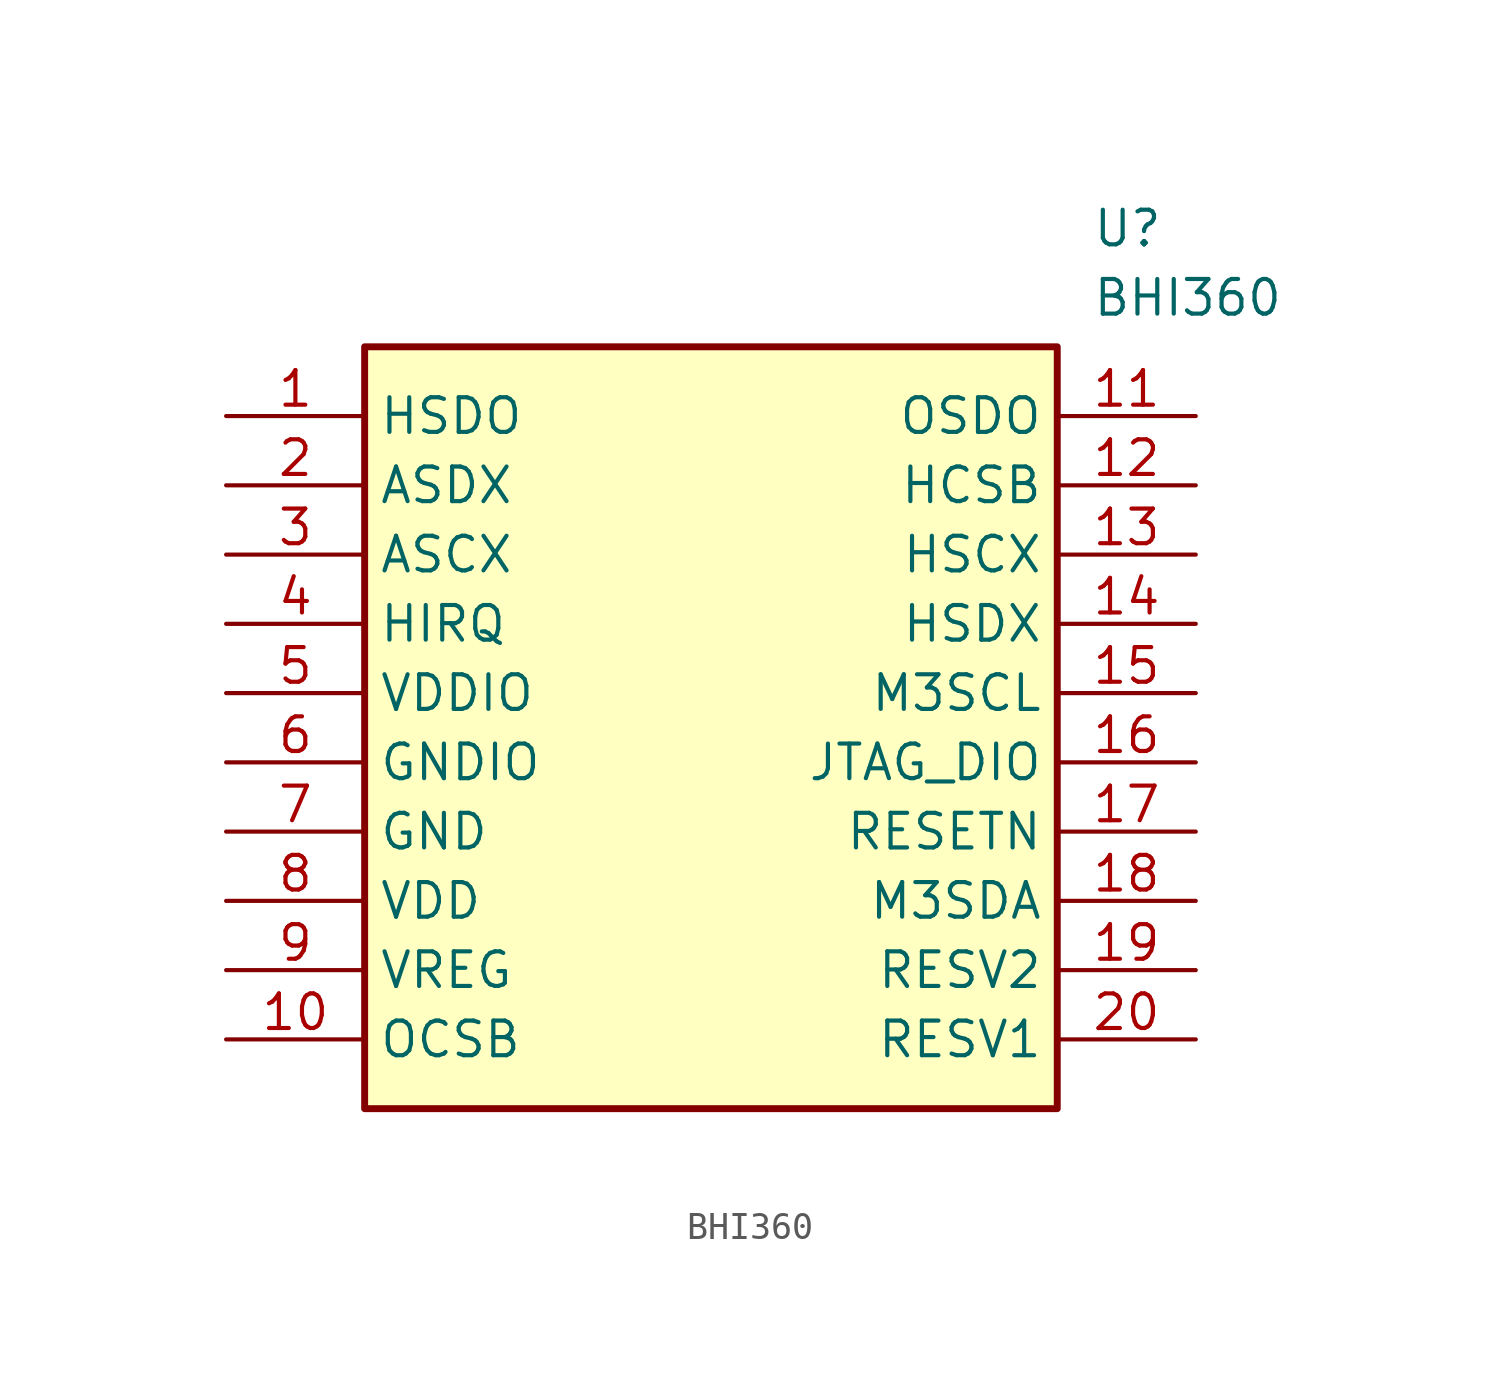
<source format=kicad_sym>
(kicad_symbol_lib
  (version 20211014)
  (generator SamacSys_ECAD_Model)
  (symbol "BHI360"
    (property "Reference" "U"
      (at 31.75 7.62 0)
      (effects (font (size 1.27 1.27)) (justify left top)))
    (property "Value" "BHI360"
      (at 31.75 5.08 0)
      (effects (font (size 1.27 1.27)) (justify left top)))
    (rectangle
      (start 5.08 2.54)
      (end 30.48 -25.4)
      (stroke (width 0.254) (type default))
      (fill (type background)))
    (pin passive line
      (at 0 0 0)
      (length 5.08)
      (name "HSDO" (effects (font (size 1.27 1.27))))
      (number "1" (effects (font (size 1.27 1.27)))))
    (pin passive line
      (at 0 -2.54 0)
      (length 5.08)
      (name "ASDX" (effects (font (size 1.27 1.27))))
      (number "2" (effects (font (size 1.27 1.27)))))
    (pin passive line
      (at 0 -5.08 0)
      (length 5.08)
      (name "ASCX" (effects (font (size 1.27 1.27))))
      (number "3" (effects (font (size 1.27 1.27)))))
    (pin passive line
      (at 0 -7.62 0)
      (length 5.08)
      (name "HIRQ" (effects (font (size 1.27 1.27))))
      (number "4" (effects (font (size 1.27 1.27)))))
    (pin passive line
      (at 0 -10.16 0)
      (length 5.08)
      (name "VDDIO" (effects (font (size 1.27 1.27))))
      (number "5" (effects (font (size 1.27 1.27)))))
    (pin passive line
      (at 0 -12.7 0)
      (length 5.08)
      (name "GNDIO" (effects (font (size 1.27 1.27))))
      (number "6" (effects (font (size 1.27 1.27)))))
    (pin passive line
      (at 0 -15.24 0)
      (length 5.08)
      (name "GND" (effects (font (size 1.27 1.27))))
      (number "7" (effects (font (size 1.27 1.27)))))
    (pin passive line
      (at 0 -17.78 0)
      (length 5.08)
      (name "VDD" (effects (font (size 1.27 1.27))))
      (number "8" (effects (font (size 1.27 1.27)))))
    (pin passive line
      (at 0 -20.32 0)
      (length 5.08)
      (name "VREG" (effects (font (size 1.27 1.27))))
      (number "9" (effects (font (size 1.27 1.27)))))
    (pin passive line
      (at 0 -22.86 0)
      (length 5.08)
      (name "OCSB" (effects (font (size 1.27 1.27))))
      (number "10" (effects (font (size 1.27 1.27)))))
    (pin passive line
      (at 35.56 0 180)
      (length 5.08)
      (name "OSDO" (effects (font (size 1.27 1.27))))
      (number "11" (effects (font (size 1.27 1.27)))))
    (pin passive line
      (at 35.56 -2.54 180)
      (length 5.08)
      (name "HCSB" (effects (font (size 1.27 1.27))))
      (number "12" (effects (font (size 1.27 1.27)))))
    (pin passive line
      (at 35.56 -5.08 180)
      (length 5.08)
      (name "HSCX" (effects (font (size 1.27 1.27))))
      (number "13" (effects (font (size 1.27 1.27)))))
    (pin passive line
      (at 35.56 -7.62 180)
      (length 5.08)
      (name "HSDX" (effects (font (size 1.27 1.27))))
      (number "14" (effects (font (size 1.27 1.27)))))
    (pin passive line
      (at 35.56 -10.16 180)
      (length 5.08)
      (name "M3SCL" (effects (font (size 1.27 1.27))))
      (number "15" (effects (font (size 1.27 1.27)))))
    (pin passive line
      (at 35.56 -12.7 180)
      (length 5.08)
      (name "JTAG_DIO" (effects (font (size 1.27 1.27))))
      (number "16" (effects (font (size 1.27 1.27)))))
    (pin passive line
      (at 35.56 -15.24 180)
      (length 5.08)
      (name "RESETN" (effects (font (size 1.27 1.27))))
      (number "17" (effects (font (size 1.27 1.27)))))
    (pin passive line
      (at 35.56 -17.78 180)
      (length 5.08)
      (name "M3SDA" (effects (font (size 1.27 1.27))))
      (number "18" (effects (font (size 1.27 1.27)))))
    (pin passive line
      (at 35.56 -20.32 180)
      (length 5.08)
      (name "RESV2" (effects (font (size 1.27 1.27))))
      (number "19" (effects (font (size 1.27 1.27)))))
    (pin passive line
      (at 35.56 -22.86 180)
      (length 5.08)
      (name "RESV1" (effects (font (size 1.27 1.27))))
      (number "20" (effects (font (size 1.27 1.27)))))))
</source>
